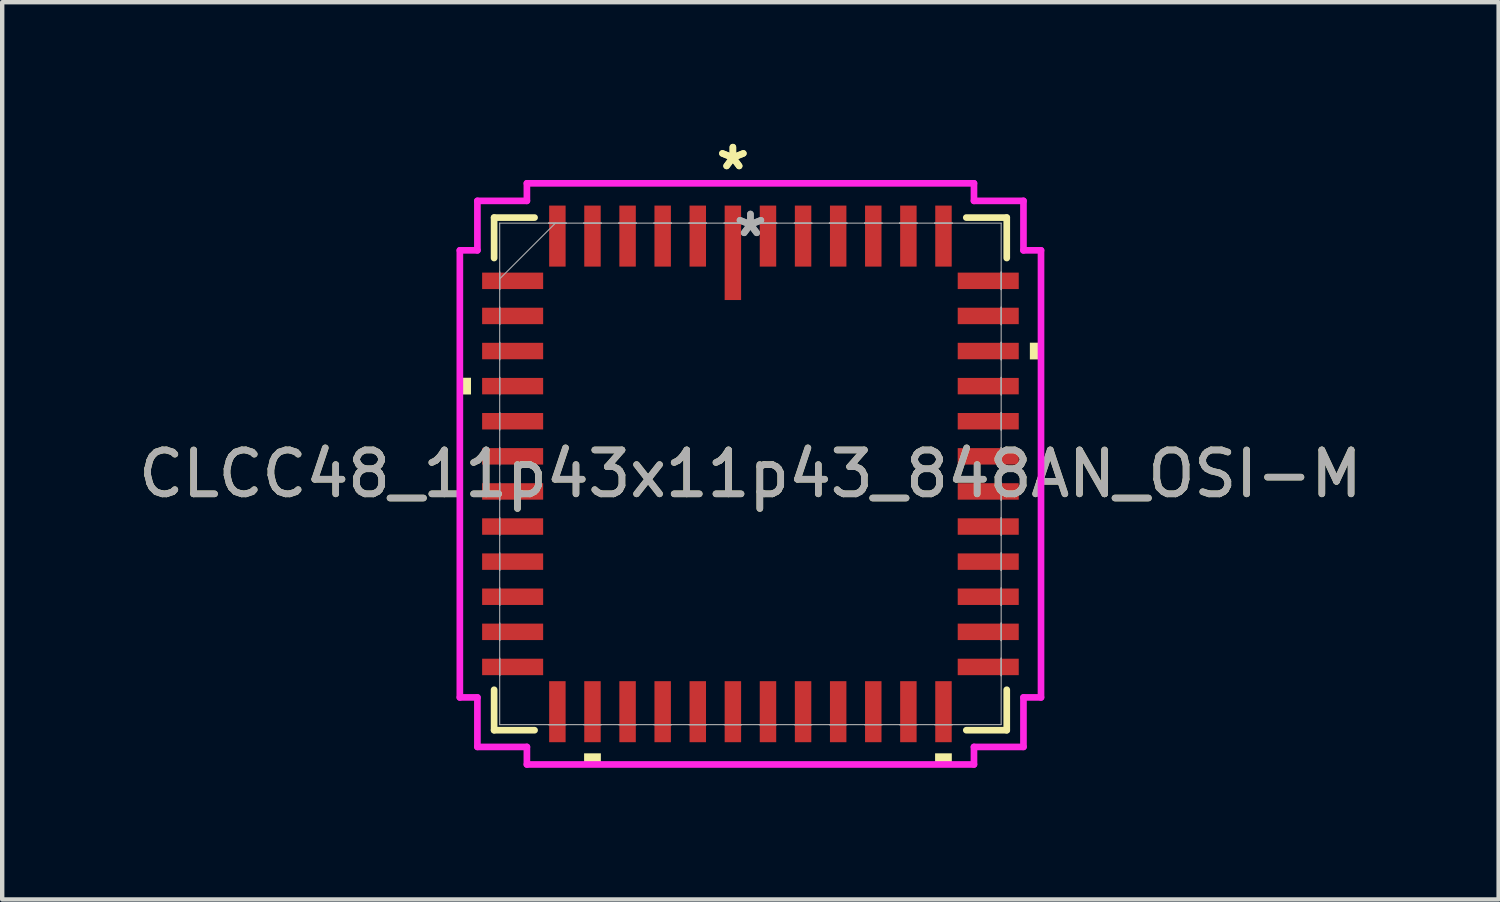
<source format=kicad_pcb>
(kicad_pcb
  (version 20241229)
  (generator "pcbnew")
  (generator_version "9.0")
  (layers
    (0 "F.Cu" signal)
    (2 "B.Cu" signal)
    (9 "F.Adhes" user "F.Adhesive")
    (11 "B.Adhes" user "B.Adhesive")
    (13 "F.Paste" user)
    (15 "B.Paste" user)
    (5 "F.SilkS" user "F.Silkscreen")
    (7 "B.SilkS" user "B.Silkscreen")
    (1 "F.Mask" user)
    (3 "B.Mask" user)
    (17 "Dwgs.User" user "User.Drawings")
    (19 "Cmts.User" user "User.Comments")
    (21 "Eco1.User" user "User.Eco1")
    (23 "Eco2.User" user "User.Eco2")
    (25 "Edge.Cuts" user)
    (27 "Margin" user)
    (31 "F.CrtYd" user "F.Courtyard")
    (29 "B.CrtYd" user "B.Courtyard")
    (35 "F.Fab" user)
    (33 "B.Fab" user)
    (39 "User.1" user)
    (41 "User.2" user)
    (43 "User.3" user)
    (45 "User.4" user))
  (footprint "CLCC48_11p43x11p43_848AN_OSI-M"
    (layer "F.Cu")
    (at 14.054 7.751)
    (property "Reference" "CLCC48_11p43x11p43_848AN_OSI-M" (at 0 0 0) (unlocked yes) (layer "F.SilkS") (effects (font (size 1 1) (thickness 0.15))))
    (attr smd)
    (fp_line (start -5.842 -5.842) (end -5.842 -4.92) (stroke (width 0.152) (type solid)) (layer "F.SilkS"))
    (fp_line (start -5.842 4.92) (end -5.842 5.842) (stroke (width 0.152) (type solid)) (layer "F.SilkS"))
    (fp_line (start -5.842 5.842) (end -4.92 5.842) (stroke (width 0.152) (type solid)) (layer "F.SilkS"))
    (fp_line (start -4.92 -5.842) (end -5.842 -5.842) (stroke (width 0.152) (type solid)) (layer "F.SilkS"))
    (fp_line (start 4.92 5.842) (end 5.842 5.842) (stroke (width 0.152) (type solid)) (layer "F.SilkS"))
    (fp_line (start 5.842 -5.842) (end 4.92 -5.842) (stroke (width 0.152) (type solid)) (layer "F.SilkS"))
    (fp_line (start 5.842 -4.92) (end 5.842 -5.842) (stroke (width 0.152) (type solid)) (layer "F.SilkS"))
    (fp_line (start 5.842 5.842) (end 5.842 4.92) (stroke (width 0.152) (type solid)) (layer "F.SilkS"))
    (fp_poly (pts (xy -6.623 -2.191) (xy -6.623 -1.81) (xy -6.369 -1.81) (xy -6.369 -2.191)) (stroke (width 0) (type solid)) (fill yes) (layer "F.SilkS"))
    (fp_poly (pts (xy -3.791 6.369) (xy -3.791 6.623) (xy -3.409 6.623) (xy -3.409 6.369)) (stroke (width 0) (type solid)) (fill yes) (layer "F.SilkS"))
    (fp_poly (pts (xy 4.209 6.369) (xy 4.209 6.623) (xy 4.59 6.623) (xy 4.59 6.369)) (stroke (width 0) (type solid)) (fill yes) (layer "F.SilkS"))
    (fp_poly (pts (xy 6.623 -2.99) (xy 6.623 -2.609) (xy 6.369 -2.609) (xy 6.369 -2.99)) (stroke (width 0) (type solid)) (fill yes) (layer "F.SilkS"))
    (fp_line (start -6.623 -5.095) (end -6.223 -5.095) (stroke (width 0.152) (type solid)) (layer "F.CrtYd"))
    (fp_line (start -6.623 5.095) (end -6.623 -5.095) (stroke (width 0.152) (type solid)) (layer "F.CrtYd"))
    (fp_line (start -6.623 5.095) (end -6.223 5.095) (stroke (width 0.152) (type solid)) (layer "F.CrtYd"))
    (fp_line (start -6.223 -6.223) (end -5.095 -6.223) (stroke (width 0.152) (type solid)) (layer "F.CrtYd"))
    (fp_line (start -6.223 -5.095) (end -6.223 -6.223) (stroke (width 0.152) (type solid)) (layer "F.CrtYd"))
    (fp_line (start -6.223 6.223) (end -6.223 5.095) (stroke (width 0.152) (type solid)) (layer "F.CrtYd"))
    (fp_line (start -5.095 -6.623) (end 5.095 -6.623) (stroke (width 0.152) (type solid)) (layer "F.CrtYd"))
    (fp_line (start -5.095 -6.223) (end -5.095 -6.623) (stroke (width 0.152) (type solid)) (layer "F.CrtYd"))
    (fp_line (start -5.095 6.223) (end -6.223 6.223) (stroke (width 0.152) (type solid)) (layer "F.CrtYd"))
    (fp_line (start -5.095 6.623) (end -5.095 6.223) (stroke (width 0.152) (type solid)) (layer "F.CrtYd"))
    (fp_line (start 5.095 -6.623) (end 5.095 -6.223) (stroke (width 0.152) (type solid)) (layer "F.CrtYd"))
    (fp_line (start 5.095 -6.223) (end 6.223 -6.223) (stroke (width 0.152) (type solid)) (layer "F.CrtYd"))
    (fp_line (start 5.095 6.223) (end 5.095 6.623) (stroke (width 0.152) (type solid)) (layer "F.CrtYd"))
    (fp_line (start 5.095 6.623) (end -5.095 6.623) (stroke (width 0.152) (type solid)) (layer "F.CrtYd"))
    (fp_line (start 6.223 -6.223) (end 6.223 -5.095) (stroke (width 0.152) (type solid)) (layer "F.CrtYd"))
    (fp_line (start 6.223 -5.095) (end 6.623 -5.095) (stroke (width 0.152) (type solid)) (layer "F.CrtYd"))
    (fp_line (start 6.223 5.095) (end 6.223 6.223) (stroke (width 0.152) (type solid)) (layer "F.CrtYd"))
    (fp_line (start 6.223 6.223) (end 5.095 6.223) (stroke (width 0.152) (type solid)) (layer "F.CrtYd"))
    (fp_line (start 6.623 -5.095) (end 6.623 5.095) (stroke (width 0.152) (type solid)) (layer "F.CrtYd"))
    (fp_line (start 6.623 5.095) (end 6.223 5.095) (stroke (width 0.152) (type solid)) (layer "F.CrtYd"))
    (fp_line (start -5.715 -5.715) (end -5.715 5.715) (stroke (width 0.025) (type solid)) (layer "F.Fab"))
    (fp_line (start -5.715 -4.6) (end -5.715 -4.6) (stroke (width 0.025) (type solid)) (layer "F.Fab"))
    (fp_line (start -5.715 -4.6) (end -5.715 -4.2) (stroke (width 0.025) (type solid)) (layer "F.Fab"))
    (fp_line (start -5.715 -4.445) (end -4.445 -5.715) (stroke (width 0.025) (type solid)) (layer "F.Fab"))
    (fp_line (start -5.715 -4.2) (end -5.715 -4.6) (stroke (width 0.025) (type solid)) (layer "F.Fab"))
    (fp_line (start -5.715 -4.2) (end -5.715 -4.2) (stroke (width 0.025) (type solid)) (layer "F.Fab"))
    (fp_line (start -5.715 -3.8) (end -5.715 -3.8) (stroke (width 0.025) (type solid)) (layer "F.Fab"))
    (fp_line (start -5.715 -3.8) (end -5.715 -3.4) (stroke (width 0.025) (type solid)) (layer "F.Fab"))
    (fp_line (start -5.715 -3.4) (end -5.715 -3.8) (stroke (width 0.025) (type solid)) (layer "F.Fab"))
    (fp_line (start -5.715 -3.4) (end -5.715 -3.4) (stroke (width 0.025) (type solid)) (layer "F.Fab"))
    (fp_line (start -5.715 -3) (end -5.715 -3) (stroke (width 0.025) (type solid)) (layer "F.Fab"))
    (fp_line (start -5.715 -3) (end -5.715 -2.6) (stroke (width 0.025) (type solid)) (layer "F.Fab"))
    (fp_line (start -5.715 -2.6) (end -5.715 -3) (stroke (width 0.025) (type solid)) (layer "F.Fab"))
    (fp_line (start -5.715 -2.6) (end -5.715 -2.6) (stroke (width 0.025) (type solid)) (layer "F.Fab"))
    (fp_line (start -5.715 -2.2) (end -5.715 -2.2) (stroke (width 0.025) (type solid)) (layer "F.Fab"))
    (fp_line (start -5.715 -2.2) (end -5.715 -1.8) (stroke (width 0.025) (type solid)) (layer "F.Fab"))
    (fp_line (start -5.715 -1.8) (end -5.715 -2.2) (stroke (width 0.025) (type solid)) (layer "F.Fab"))
    (fp_line (start -5.715 -1.8) (end -5.715 -1.8) (stroke (width 0.025) (type solid)) (layer "F.Fab"))
    (fp_line (start -5.715 -1.4) (end -5.715 -1.4) (stroke (width 0.025) (type solid)) (layer "F.Fab"))
    (fp_line (start -5.715 -1.4) (end -5.715 -1) (stroke (width 0.025) (type solid)) (layer "F.Fab"))
    (fp_line (start -5.715 -1) (end -5.715 -1.4) (stroke (width 0.025) (type solid)) (layer "F.Fab"))
    (fp_line (start -5.715 -1) (end -5.715 -1) (stroke (width 0.025) (type solid)) (layer "F.Fab"))
    (fp_line (start -5.715 -0.6) (end -5.715 -0.6) (stroke (width 0.025) (type solid)) (layer "F.Fab"))
    (fp_line (start -5.715 -0.6) (end -5.715 -0.2) (stroke (width 0.025) (type solid)) (layer "F.Fab"))
    (fp_line (start -5.715 -0.2) (end -5.715 -0.6) (stroke (width 0.025) (type solid)) (layer "F.Fab"))
    (fp_line (start -5.715 -0.2) (end -5.715 -0.2) (stroke (width 0.025) (type solid)) (layer "F.Fab"))
    (fp_line (start -5.715 0.2) (end -5.715 0.2) (stroke (width 0.025) (type solid)) (layer "F.Fab"))
    (fp_line (start -5.715 0.2) (end -5.715 0.6) (stroke (width 0.025) (type solid)) (layer "F.Fab"))
    (fp_line (start -5.715 0.6) (end -5.715 0.2) (stroke (width 0.025) (type solid)) (layer "F.Fab"))
    (fp_line (start -5.715 0.6) (end -5.715 0.6) (stroke (width 0.025) (type solid)) (layer "F.Fab"))
    (fp_line (start -5.715 1) (end -5.715 1) (stroke (width 0.025) (type solid)) (layer "F.Fab"))
    (fp_line (start -5.715 1) (end -5.715 1.4) (stroke (width 0.025) (type solid)) (layer "F.Fab"))
    (fp_line (start -5.715 1.4) (end -5.715 1) (stroke (width 0.025) (type solid)) (layer "F.Fab"))
    (fp_line (start -5.715 1.4) (end -5.715 1.4) (stroke (width 0.025) (type solid)) (layer "F.Fab"))
    (fp_line (start -5.715 1.8) (end -5.715 1.8) (stroke (width 0.025) (type solid)) (layer "F.Fab"))
    (fp_line (start -5.715 1.8) (end -5.715 2.2) (stroke (width 0.025) (type solid)) (layer "F.Fab"))
    (fp_line (start -5.715 2.2) (end -5.715 1.8) (stroke (width 0.025) (type solid)) (layer "F.Fab"))
    (fp_line (start -5.715 2.2) (end -5.715 2.2) (stroke (width 0.025) (type solid)) (layer "F.Fab"))
    (fp_line (start -5.715 2.6) (end -5.715 2.6) (stroke (width 0.025) (type solid)) (layer "F.Fab"))
    (fp_line (start -5.715 2.6) (end -5.715 3) (stroke (width 0.025) (type solid)) (layer "F.Fab"))
    (fp_line (start -5.715 3) (end -5.715 2.6) (stroke (width 0.025) (type solid)) (layer "F.Fab"))
    (fp_line (start -5.715 3) (end -5.715 3) (stroke (width 0.025) (type solid)) (layer "F.Fab"))
    (fp_line (start -5.715 3.4) (end -5.715 3.4) (stroke (width 0.025) (type solid)) (layer "F.Fab"))
    (fp_line (start -5.715 3.4) (end -5.715 3.8) (stroke (width 0.025) (type solid)) (layer "F.Fab"))
    (fp_line (start -5.715 3.8) (end -5.715 3.4) (stroke (width 0.025) (type solid)) (layer "F.Fab"))
    (fp_line (start -5.715 3.8) (end -5.715 3.8) (stroke (width 0.025) (type solid)) (layer "F.Fab"))
    (fp_line (start -5.715 4.2) (end -5.715 4.2) (stroke (width 0.025) (type solid)) (layer "F.Fab"))
    (fp_line (start -5.715 4.2) (end -5.715 4.6) (stroke (width 0.025) (type solid)) (layer "F.Fab"))
    (fp_line (start -5.715 4.6) (end -5.715 4.2) (stroke (width 0.025) (type solid)) (layer "F.Fab"))
    (fp_line (start -5.715 4.6) (end -5.715 4.6) (stroke (width 0.025) (type solid)) (layer "F.Fab"))
    (fp_line (start -5.715 5.715) (end 5.715 5.715) (stroke (width 0.025) (type solid)) (layer "F.Fab"))
    (fp_line (start -4.6 -5.715) (end -4.6 -5.715) (stroke (width 0.025) (type solid)) (layer "F.Fab"))
    (fp_line (start -4.6 -5.715) (end -4.2 -5.715) (stroke (width 0.025) (type solid)) (layer "F.Fab"))
    (fp_line (start -4.6 5.715) (end -4.6 5.715) (stroke (width 0.025) (type solid)) (layer "F.Fab"))
    (fp_line (start -4.6 5.715) (end -4.2 5.715) (stroke (width 0.025) (type solid)) (layer "F.Fab"))
    (fp_line (start -4.2 -5.715) (end -4.6 -5.715) (stroke (width 0.025) (type solid)) (layer "F.Fab"))
    (fp_line (start -4.2 -5.715) (end -4.2 -5.715) (stroke (width 0.025) (type solid)) (layer "F.Fab"))
    (fp_line (start -4.2 5.715) (end -4.6 5.715) (stroke (width 0.025) (type solid)) (layer "F.Fab"))
    (fp_line (start -4.2 5.715) (end -4.2 5.715) (stroke (width 0.025) (type solid)) (layer "F.Fab"))
    (fp_line (start -3.8 -5.715) (end -3.8 -5.715) (stroke (width 0.025) (type solid)) (layer "F.Fab"))
    (fp_line (start -3.8 -5.715) (end -3.4 -5.715) (stroke (width 0.025) (type solid)) (layer "F.Fab"))
    (fp_line (start -3.8 5.715) (end -3.8 5.715) (stroke (width 0.025) (type solid)) (layer "F.Fab"))
    (fp_line (start -3.8 5.715) (end -3.4 5.715) (stroke (width 0.025) (type solid)) (layer "F.Fab"))
    (fp_line (start -3.4 -5.715) (end -3.8 -5.715) (stroke (width 0.025) (type solid)) (layer "F.Fab"))
    (fp_line (start -3.4 -5.715) (end -3.4 -5.715) (stroke (width 0.025) (type solid)) (layer "F.Fab"))
    (fp_line (start -3.4 5.715) (end -3.8 5.715) (stroke (width 0.025) (type solid)) (layer "F.Fab"))
    (fp_line (start -3.4 5.715) (end -3.4 5.715) (stroke (width 0.025) (type solid)) (layer "F.Fab"))
    (fp_line (start -3 -5.715) (end -3 -5.715) (stroke (width 0.025) (type solid)) (layer "F.Fab"))
    (fp_line (start -3 -5.715) (end -2.6 -5.715) (stroke (width 0.025) (type solid)) (layer "F.Fab"))
    (fp_line (start -3 5.715) (end -3 5.715) (stroke (width 0.025) (type solid)) (layer "F.Fab"))
    (fp_line (start -3 5.715) (end -2.6 5.715) (stroke (width 0.025) (type solid)) (layer "F.Fab"))
    (fp_line (start -2.6 -5.715) (end -3 -5.715) (stroke (width 0.025) (type solid)) (layer "F.Fab"))
    (fp_line (start -2.6 -5.715) (end -2.6 -5.715) (stroke (width 0.025) (type solid)) (layer "F.Fab"))
    (fp_line (start -2.6 5.715) (end -3 5.715) (stroke (width 0.025) (type solid)) (layer "F.Fab"))
    (fp_line (start -2.6 5.715) (end -2.6 5.715) (stroke (width 0.025) (type solid)) (layer "F.Fab"))
    (fp_line (start -2.2 -5.715) (end -2.2 -5.715) (stroke (width 0.025) (type solid)) (layer "F.Fab"))
    (fp_line (start -2.2 -5.715) (end -1.8 -5.715) (stroke (width 0.025) (type solid)) (layer "F.Fab"))
    (fp_line (start -2.2 5.715) (end -2.2 5.715) (stroke (width 0.025) (type solid)) (layer "F.Fab"))
    (fp_line (start -2.2 5.715) (end -1.8 5.715) (stroke (width 0.025) (type solid)) (layer "F.Fab"))
    (fp_line (start -1.8 -5.715) (end -2.2 -5.715) (stroke (width 0.025) (type solid)) (layer "F.Fab"))
    (fp_line (start -1.8 -5.715) (end -1.8 -5.715) (stroke (width 0.025) (type solid)) (layer "F.Fab"))
    (fp_line (start -1.8 5.715) (end -2.2 5.715) (stroke (width 0.025) (type solid)) (layer "F.Fab"))
    (fp_line (start -1.8 5.715) (end -1.8 5.715) (stroke (width 0.025) (type solid)) (layer "F.Fab"))
    (fp_line (start -1.4 -5.715) (end -1.4 -5.715) (stroke (width 0.025) (type solid)) (layer "F.Fab"))
    (fp_line (start -1.4 -5.715) (end -1 -5.715) (stroke (width 0.025) (type solid)) (layer "F.Fab"))
    (fp_line (start -1.4 5.715) (end -1.4 5.715) (stroke (width 0.025) (type solid)) (layer "F.Fab"))
    (fp_line (start -1.4 5.715) (end -1 5.715) (stroke (width 0.025) (type solid)) (layer "F.Fab"))
    (fp_line (start -1 -5.715) (end -1.4 -5.715) (stroke (width 0.025) (type solid)) (layer "F.Fab"))
    (fp_line (start -1 -5.715) (end -1 -5.715) (stroke (width 0.025) (type solid)) (layer "F.Fab"))
    (fp_line (start -1 5.715) (end -1.4 5.715) (stroke (width 0.025) (type solid)) (layer "F.Fab"))
    (fp_line (start -1 5.715) (end -1 5.715) (stroke (width 0.025) (type solid)) (layer "F.Fab"))
    (fp_line (start -0.6 -5.715) (end -0.6 -5.715) (stroke (width 0.025) (type solid)) (layer "F.Fab"))
    (fp_line (start -0.6 -5.715) (end -0.2 -5.715) (stroke (width 0.025) (type solid)) (layer "F.Fab"))
    (fp_line (start -0.6 5.715) (end -0.6 5.715) (stroke (width 0.025) (type solid)) (layer "F.Fab"))
    (fp_line (start -0.6 5.715) (end -0.2 5.715) (stroke (width 0.025) (type solid)) (layer "F.Fab"))
    (fp_line (start -0.2 -5.715) (end -0.6 -5.715) (stroke (width 0.025) (type solid)) (layer "F.Fab"))
    (fp_line (start -0.2 -5.715) (end -0.2 -5.715) (stroke (width 0.025) (type solid)) (layer "F.Fab"))
    (fp_line (start -0.2 5.715) (end -0.6 5.715) (stroke (width 0.025) (type solid)) (layer "F.Fab"))
    (fp_line (start -0.2 5.715) (end -0.2 5.715) (stroke (width 0.025) (type solid)) (layer "F.Fab"))
    (fp_line (start 0.2 -5.715) (end 0.2 -5.715) (stroke (width 0.025) (type solid)) (layer "F.Fab"))
    (fp_line (start 0.2 -5.715) (end 0.6 -5.715) (stroke (width 0.025) (type solid)) (layer "F.Fab"))
    (fp_line (start 0.2 5.715) (end 0.2 5.715) (stroke (width 0.025) (type solid)) (layer "F.Fab"))
    (fp_line (start 0.2 5.715) (end 0.6 5.715) (stroke (width 0.025) (type solid)) (layer "F.Fab"))
    (fp_line (start 0.6 -5.715) (end 0.2 -5.715) (stroke (width 0.025) (type solid)) (layer "F.Fab"))
    (fp_line (start 0.6 -5.715) (end 0.6 -5.715) (stroke (width 0.025) (type solid)) (layer "F.Fab"))
    (fp_line (start 0.6 5.715) (end 0.2 5.715) (stroke (width 0.025) (type solid)) (layer "F.Fab"))
    (fp_line (start 0.6 5.715) (end 0.6 5.715) (stroke (width 0.025) (type solid)) (layer "F.Fab"))
    (fp_line (start 1 -5.715) (end 1 -5.715) (stroke (width 0.025) (type solid)) (layer "F.Fab"))
    (fp_line (start 1 -5.715) (end 1.4 -5.715) (stroke (width 0.025) (type solid)) (layer "F.Fab"))
    (fp_line (start 1 5.715) (end 1 5.715) (stroke (width 0.025) (type solid)) (layer "F.Fab"))
    (fp_line (start 1 5.715) (end 1.4 5.715) (stroke (width 0.025) (type solid)) (layer "F.Fab"))
    (fp_line (start 1.4 -5.715) (end 1 -5.715) (stroke (width 0.025) (type solid)) (layer "F.Fab"))
    (fp_line (start 1.4 -5.715) (end 1.4 -5.715) (stroke (width 0.025) (type solid)) (layer "F.Fab"))
    (fp_line (start 1.4 5.715) (end 1 5.715) (stroke (width 0.025) (type solid)) (layer "F.Fab"))
    (fp_line (start 1.4 5.715) (end 1.4 5.715) (stroke (width 0.025) (type solid)) (layer "F.Fab"))
    (fp_line (start 1.8 -5.715) (end 1.8 -5.715) (stroke (width 0.025) (type solid)) (layer "F.Fab"))
    (fp_line (start 1.8 -5.715) (end 2.2 -5.715) (stroke (width 0.025) (type solid)) (layer "F.Fab"))
    (fp_line (start 1.8 5.715) (end 1.8 5.715) (stroke (width 0.025) (type solid)) (layer "F.Fab"))
    (fp_line (start 1.8 5.715) (end 2.2 5.715) (stroke (width 0.025) (type solid)) (layer "F.Fab"))
    (fp_line (start 2.2 -5.715) (end 1.8 -5.715) (stroke (width 0.025) (type solid)) (layer "F.Fab"))
    (fp_line (start 2.2 -5.715) (end 2.2 -5.715) (stroke (width 0.025) (type solid)) (layer "F.Fab"))
    (fp_line (start 2.2 5.715) (end 1.8 5.715) (stroke (width 0.025) (type solid)) (layer "F.Fab"))
    (fp_line (start 2.2 5.715) (end 2.2 5.715) (stroke (width 0.025) (type solid)) (layer "F.Fab"))
    (fp_line (start 2.6 -5.715) (end 2.6 -5.715) (stroke (width 0.025) (type solid)) (layer "F.Fab"))
    (fp_line (start 2.6 -5.715) (end 3 -5.715) (stroke (width 0.025) (type solid)) (layer "F.Fab"))
    (fp_line (start 2.6 5.715) (end 2.6 5.715) (stroke (width 0.025) (type solid)) (layer "F.Fab"))
    (fp_line (start 2.6 5.715) (end 3 5.715) (stroke (width 0.025) (type solid)) (layer "F.Fab"))
    (fp_line (start 3 -5.715) (end 2.6 -5.715) (stroke (width 0.025) (type solid)) (layer "F.Fab"))
    (fp_line (start 3 -5.715) (end 3 -5.715) (stroke (width 0.025) (type solid)) (layer "F.Fab"))
    (fp_line (start 3 5.715) (end 2.6 5.715) (stroke (width 0.025) (type solid)) (layer "F.Fab"))
    (fp_line (start 3 5.715) (end 3 5.715) (stroke (width 0.025) (type solid)) (layer "F.Fab"))
    (fp_line (start 3.4 -5.715) (end 3.4 -5.715) (stroke (width 0.025) (type solid)) (layer "F.Fab"))
    (fp_line (start 3.4 -5.715) (end 3.8 -5.715) (stroke (width 0.025) (type solid)) (layer "F.Fab"))
    (fp_line (start 3.4 5.715) (end 3.4 5.715) (stroke (width 0.025) (type solid)) (layer "F.Fab"))
    (fp_line (start 3.4 5.715) (end 3.8 5.715) (stroke (width 0.025) (type solid)) (layer "F.Fab"))
    (fp_line (start 3.8 -5.715) (end 3.4 -5.715) (stroke (width 0.025) (type solid)) (layer "F.Fab"))
    (fp_line (start 3.8 -5.715) (end 3.8 -5.715) (stroke (width 0.025) (type solid)) (layer "F.Fab"))
    (fp_line (start 3.8 5.715) (end 3.4 5.715) (stroke (width 0.025) (type solid)) (layer "F.Fab"))
    (fp_line (start 3.8 5.715) (end 3.8 5.715) (stroke (width 0.025) (type solid)) (layer "F.Fab"))
    (fp_line (start 4.2 -5.715) (end 4.2 -5.715) (stroke (width 0.025) (type solid)) (layer "F.Fab"))
    (fp_line (start 4.2 -5.715) (end 4.6 -5.715) (stroke (width 0.025) (type solid)) (layer "F.Fab"))
    (fp_line (start 4.2 5.715) (end 4.2 5.715) (stroke (width 0.025) (type solid)) (layer "F.Fab"))
    (fp_line (start 4.2 5.715) (end 4.6 5.715) (stroke (width 0.025) (type solid)) (layer "F.Fab"))
    (fp_line (start 4.6 -5.715) (end 4.2 -5.715) (stroke (width 0.025) (type solid)) (layer "F.Fab"))
    (fp_line (start 4.6 -5.715) (end 4.6 -5.715) (stroke (width 0.025) (type solid)) (layer "F.Fab"))
    (fp_line (start 4.6 5.715) (end 4.2 5.715) (stroke (width 0.025) (type solid)) (layer "F.Fab"))
    (fp_line (start 4.6 5.715) (end 4.6 5.715) (stroke (width 0.025) (type solid)) (layer "F.Fab"))
    (fp_line (start 5.715 -5.715) (end -5.715 -5.715) (stroke (width 0.025) (type solid)) (layer "F.Fab"))
    (fp_line (start 5.715 -4.6) (end 5.715 -4.6) (stroke (width 0.025) (type solid)) (layer "F.Fab"))
    (fp_line (start 5.715 -4.6) (end 5.715 -4.2) (stroke (width 0.025) (type solid)) (layer "F.Fab"))
    (fp_line (start 5.715 -4.2) (end 5.715 -4.6) (stroke (width 0.025) (type solid)) (layer "F.Fab"))
    (fp_line (start 5.715 -4.2) (end 5.715 -4.2) (stroke (width 0.025) (type solid)) (layer "F.Fab"))
    (fp_line (start 5.715 -3.8) (end 5.715 -3.8) (stroke (width 0.025) (type solid)) (layer "F.Fab"))
    (fp_line (start 5.715 -3.8) (end 5.715 -3.4) (stroke (width 0.025) (type solid)) (layer "F.Fab"))
    (fp_line (start 5.715 -3.4) (end 5.715 -3.8) (stroke (width 0.025) (type solid)) (layer "F.Fab"))
    (fp_line (start 5.715 -3.4) (end 5.715 -3.4) (stroke (width 0.025) (type solid)) (layer "F.Fab"))
    (fp_line (start 5.715 -3) (end 5.715 -3) (stroke (width 0.025) (type solid)) (layer "F.Fab"))
    (fp_line (start 5.715 -3) (end 5.715 -2.6) (stroke (width 0.025) (type solid)) (layer "F.Fab"))
    (fp_line (start 5.715 -2.6) (end 5.715 -3) (stroke (width 0.025) (type solid)) (layer "F.Fab"))
    (fp_line (start 5.715 -2.6) (end 5.715 -2.6) (stroke (width 0.025) (type solid)) (layer "F.Fab"))
    (fp_line (start 5.715 -2.2) (end 5.715 -2.2) (stroke (width 0.025) (type solid)) (layer "F.Fab"))
    (fp_line (start 5.715 -2.2) (end 5.715 -1.8) (stroke (width 0.025) (type solid)) (layer "F.Fab"))
    (fp_line (start 5.715 -1.8) (end 5.715 -2.2) (stroke (width 0.025) (type solid)) (layer "F.Fab"))
    (fp_line (start 5.715 -1.8) (end 5.715 -1.8) (stroke (width 0.025) (type solid)) (layer "F.Fab"))
    (fp_line (start 5.715 -1.4) (end 5.715 -1.4) (stroke (width 0.025) (type solid)) (layer "F.Fab"))
    (fp_line (start 5.715 -1.4) (end 5.715 -1) (stroke (width 0.025) (type solid)) (layer "F.Fab"))
    (fp_line (start 5.715 -1) (end 5.715 -1.4) (stroke (width 0.025) (type solid)) (layer "F.Fab"))
    (fp_line (start 5.715 -1) (end 5.715 -1) (stroke (width 0.025) (type solid)) (layer "F.Fab"))
    (fp_line (start 5.715 -0.6) (end 5.715 -0.6) (stroke (width 0.025) (type solid)) (layer "F.Fab"))
    (fp_line (start 5.715 -0.6) (end 5.715 -0.2) (stroke (width 0.025) (type solid)) (layer "F.Fab"))
    (fp_line (start 5.715 -0.2) (end 5.715 -0.6) (stroke (width 0.025) (type solid)) (layer "F.Fab"))
    (fp_line (start 5.715 -0.2) (end 5.715 -0.2) (stroke (width 0.025) (type solid)) (layer "F.Fab"))
    (fp_line (start 5.715 0.2) (end 5.715 0.2) (stroke (width 0.025) (type solid)) (layer "F.Fab"))
    (fp_line (start 5.715 0.2) (end 5.715 0.6) (stroke (width 0.025) (type solid)) (layer "F.Fab"))
    (fp_line (start 5.715 0.6) (end 5.715 0.2) (stroke (width 0.025) (type solid)) (layer "F.Fab"))
    (fp_line (start 5.715 0.6) (end 5.715 0.6) (stroke (width 0.025) (type solid)) (layer "F.Fab"))
    (fp_line (start 5.715 1) (end 5.715 1) (stroke (width 0.025) (type solid)) (layer "F.Fab"))
    (fp_line (start 5.715 1) (end 5.715 1.4) (stroke (width 0.025) (type solid)) (layer "F.Fab"))
    (fp_line (start 5.715 1.4) (end 5.715 1) (stroke (width 0.025) (type solid)) (layer "F.Fab"))
    (fp_line (start 5.715 1.4) (end 5.715 1.4) (stroke (width 0.025) (type solid)) (layer "F.Fab"))
    (fp_line (start 5.715 1.8) (end 5.715 1.8) (stroke (width 0.025) (type solid)) (layer "F.Fab"))
    (fp_line (start 5.715 1.8) (end 5.715 2.2) (stroke (width 0.025) (type solid)) (layer "F.Fab"))
    (fp_line (start 5.715 2.2) (end 5.715 1.8) (stroke (width 0.025) (type solid)) (layer "F.Fab"))
    (fp_line (start 5.715 2.2) (end 5.715 2.2) (stroke (width 0.025) (type solid)) (layer "F.Fab"))
    (fp_line (start 5.715 2.6) (end 5.715 2.6) (stroke (width 0.025) (type solid)) (layer "F.Fab"))
    (fp_line (start 5.715 2.6) (end 5.715 3) (stroke (width 0.025) (type solid)) (layer "F.Fab"))
    (fp_line (start 5.715 3) (end 5.715 2.6) (stroke (width 0.025) (type solid)) (layer "F.Fab"))
    (fp_line (start 5.715 3) (end 5.715 3) (stroke (width 0.025) (type solid)) (layer "F.Fab"))
    (fp_line (start 5.715 3.4) (end 5.715 3.4) (stroke (width 0.025) (type solid)) (layer "F.Fab"))
    (fp_line (start 5.715 3.4) (end 5.715 3.8) (stroke (width 0.025) (type solid)) (layer "F.Fab"))
    (fp_line (start 5.715 3.8) (end 5.715 3.4) (stroke (width 0.025) (type solid)) (layer "F.Fab"))
    (fp_line (start 5.715 3.8) (end 5.715 3.8) (stroke (width 0.025) (type solid)) (layer "F.Fab"))
    (fp_line (start 5.715 4.2) (end 5.715 4.2) (stroke (width 0.025) (type solid)) (layer "F.Fab"))
    (fp_line (start 5.715 4.2) (end 5.715 4.6) (stroke (width 0.025) (type solid)) (layer "F.Fab"))
    (fp_line (start 5.715 4.6) (end 5.715 4.2) (stroke (width 0.025) (type solid)) (layer "F.Fab"))
    (fp_line (start 5.715 4.6) (end 5.715 4.6) (stroke (width 0.025) (type solid)) (layer "F.Fab"))
    (fp_line (start 5.715 5.715) (end 5.715 -5.715) (stroke (width 0.025) (type solid)) (layer "F.Fab"))
    (fp_text user "*" (at -0.4 -6.902 0) (layer "F.SilkS") (effects (font (size 1 1) (thickness 0.15))))
    (fp_text user "*" (at -0.4 -6.902 0) (unlocked yes) (layer "F.SilkS") (effects (font (size 1 1) (thickness 0.15))))
    (fp_text user "*" (at 0 -5.378 0) (layer "F.Fab") (effects (font (size 1 1) (thickness 0.15))))
    (fp_text user "*" (at 0 -5.378 0) (unlocked yes) (layer "F.Fab") (effects (font (size 1 1) (thickness 0.15))))
    (fp_text user "${REFERENCE}" (at 0 0 0) (unlocked yes) (layer "F.Fab") (effects (font (size 1 1) (thickness 0.15))))
    (pad "1" smd rect (at -0.4 -5.039) (size 0.375 2.153) (layers "F.Cu" "F.Mask" "F.Paste"))
    (pad "2" smd rect (at -1.2 -5.42) (size 0.375 1.391) (layers "F.Cu" "F.Mask" "F.Paste"))
    (pad "3" smd rect (at -2 -5.42) (size 0.375 1.391) (layers "F.Cu" "F.Mask" "F.Paste"))
    (pad "4" smd rect (at -2.8 -5.42) (size 0.375 1.391) (layers "F.Cu" "F.Mask" "F.Paste"))
    (pad "5" smd rect (at -3.6 -5.42) (size 0.375 1.391) (layers "F.Cu" "F.Mask" "F.Paste"))
    (pad "6" smd rect (at -4.4 -5.42) (size 0.375 1.391) (layers "F.Cu" "F.Mask" "F.Paste"))
    (pad "7" smd rect (at -5.42 -4.4 90) (size 0.375 1.391) (layers "F.Cu" "F.Mask" "F.Paste"))
    (pad "8" smd rect (at -5.42 -3.6 90) (size 0.375 1.391) (layers "F.Cu" "F.Mask" "F.Paste"))
    (pad "9" smd rect (at -5.42 -2.8 90) (size 0.375 1.391) (layers "F.Cu" "F.Mask" "F.Paste"))
    (pad "10" smd rect (at -5.42 -2 90) (size 0.375 1.391) (layers "F.Cu" "F.Mask" "F.Paste"))
    (pad "11" smd rect (at -5.42 -1.2 90) (size 0.375 1.391) (layers "F.Cu" "F.Mask" "F.Paste"))
    (pad "12" smd rect (at -5.42 -0.4 90) (size 0.375 1.391) (layers "F.Cu" "F.Mask" "F.Paste"))
    (pad "13" smd rect (at -5.42 0.4 90) (size 0.375 1.391) (layers "F.Cu" "F.Mask" "F.Paste"))
    (pad "14" smd rect (at -5.42 1.2 90) (size 0.375 1.391) (layers "F.Cu" "F.Mask" "F.Paste"))
    (pad "15" smd rect (at -5.42 2 90) (size 0.375 1.391) (layers "F.Cu" "F.Mask" "F.Paste"))
    (pad "16" smd rect (at -5.42 2.8 90) (size 0.375 1.391) (layers "F.Cu" "F.Mask" "F.Paste"))
    (pad "17" smd rect (at -5.42 3.6 90) (size 0.375 1.391) (layers "F.Cu" "F.Mask" "F.Paste"))
    (pad "18" smd rect (at -5.42 4.4 90) (size 0.375 1.391) (layers "F.Cu" "F.Mask" "F.Paste"))
    (pad "19" smd rect (at -4.4 5.42) (size 0.375 1.391) (layers "F.Cu" "F.Mask" "F.Paste"))
    (pad "20" smd rect (at -3.6 5.42) (size 0.375 1.391) (layers "F.Cu" "F.Mask" "F.Paste"))
    (pad "21" smd rect (at -2.8 5.42) (size 0.375 1.391) (layers "F.Cu" "F.Mask" "F.Paste"))
    (pad "22" smd rect (at -2 5.42) (size 0.375 1.391) (layers "F.Cu" "F.Mask" "F.Paste"))
    (pad "23" smd rect (at -1.2 5.42) (size 0.375 1.391) (layers "F.Cu" "F.Mask" "F.Paste"))
    (pad "24" smd rect (at -0.4 5.42) (size 0.375 1.391) (layers "F.Cu" "F.Mask" "F.Paste"))
    (pad "25" smd rect (at 0.4 5.42) (size 0.375 1.391) (layers "F.Cu" "F.Mask" "F.Paste"))
    (pad "26" smd rect (at 1.2 5.42) (size 0.375 1.391) (layers "F.Cu" "F.Mask" "F.Paste"))
    (pad "27" smd rect (at 2 5.42) (size 0.375 1.391) (layers "F.Cu" "F.Mask" "F.Paste"))
    (pad "28" smd rect (at 2.8 5.42) (size 0.375 1.391) (layers "F.Cu" "F.Mask" "F.Paste"))
    (pad "29" smd rect (at 3.6 5.42) (size 0.375 1.391) (layers "F.Cu" "F.Mask" "F.Paste"))
    (pad "30" smd rect (at 4.4 5.42) (size 0.375 1.391) (layers "F.Cu" "F.Mask" "F.Paste"))
    (pad "31" smd rect (at 5.42 4.4 90) (size 0.375 1.391) (layers "F.Cu" "F.Mask" "F.Paste"))
    (pad "32" smd rect (at 5.42 3.6 90) (size 0.375 1.391) (layers "F.Cu" "F.Mask" "F.Paste"))
    (pad "33" smd rect (at 5.42 2.8 90) (size 0.375 1.391) (layers "F.Cu" "F.Mask" "F.Paste"))
    (pad "34" smd rect (at 5.42 2 90) (size 0.375 1.391) (layers "F.Cu" "F.Mask" "F.Paste"))
    (pad "35" smd rect (at 5.42 1.2 90) (size 0.375 1.391) (layers "F.Cu" "F.Mask" "F.Paste"))
    (pad "36" smd rect (at 5.42 0.4 90) (size 0.375 1.391) (layers "F.Cu" "F.Mask" "F.Paste"))
    (pad "37" smd rect (at 5.42 -0.4 90) (size 0.375 1.391) (layers "F.Cu" "F.Mask" "F.Paste"))
    (pad "38" smd rect (at 5.42 -1.2 90) (size 0.375 1.391) (layers "F.Cu" "F.Mask" "F.Paste"))
    (pad "39" smd rect (at 5.42 -2 90) (size 0.375 1.391) (layers "F.Cu" "F.Mask" "F.Paste"))
    (pad "40" smd rect (at 5.42 -2.8 90) (size 0.375 1.391) (layers "F.Cu" "F.Mask" "F.Paste"))
    (pad "41" smd rect (at 5.42 -3.6 90) (size 0.375 1.391) (layers "F.Cu" "F.Mask" "F.Paste"))
    (pad "42" smd rect (at 5.42 -4.4 90) (size 0.375 1.391) (layers "F.Cu" "F.Mask" "F.Paste"))
    (pad "43" smd rect (at 4.4 -5.42) (size 0.375 1.391) (layers "F.Cu" "F.Mask" "F.Paste"))
    (pad "44" smd rect (at 3.6 -5.42) (size 0.375 1.391) (layers "F.Cu" "F.Mask" "F.Paste"))
    (pad "45" smd rect (at 2.8 -5.42) (size 0.375 1.391) (layers "F.Cu" "F.Mask" "F.Paste"))
    (pad "46" smd rect (at 2 -5.42) (size 0.375 1.391) (layers "F.Cu" "F.Mask" "F.Paste"))
    (pad "47" smd rect (at 1.2 -5.42) (size 0.375 1.391) (layers "F.Cu" "F.Mask" "F.Paste"))
    (pad "48" smd rect (at 0.4 -5.42) (size 0.375 1.391) (layers "F.Cu" "F.Mask" "F.Paste")))
  (gr_rect
    (start -3 -3)
    (end 31.107 17.45)
    (stroke (width 0.1) (type default))
    (fill no)
    (layer "Edge.Cuts")))
</source>
